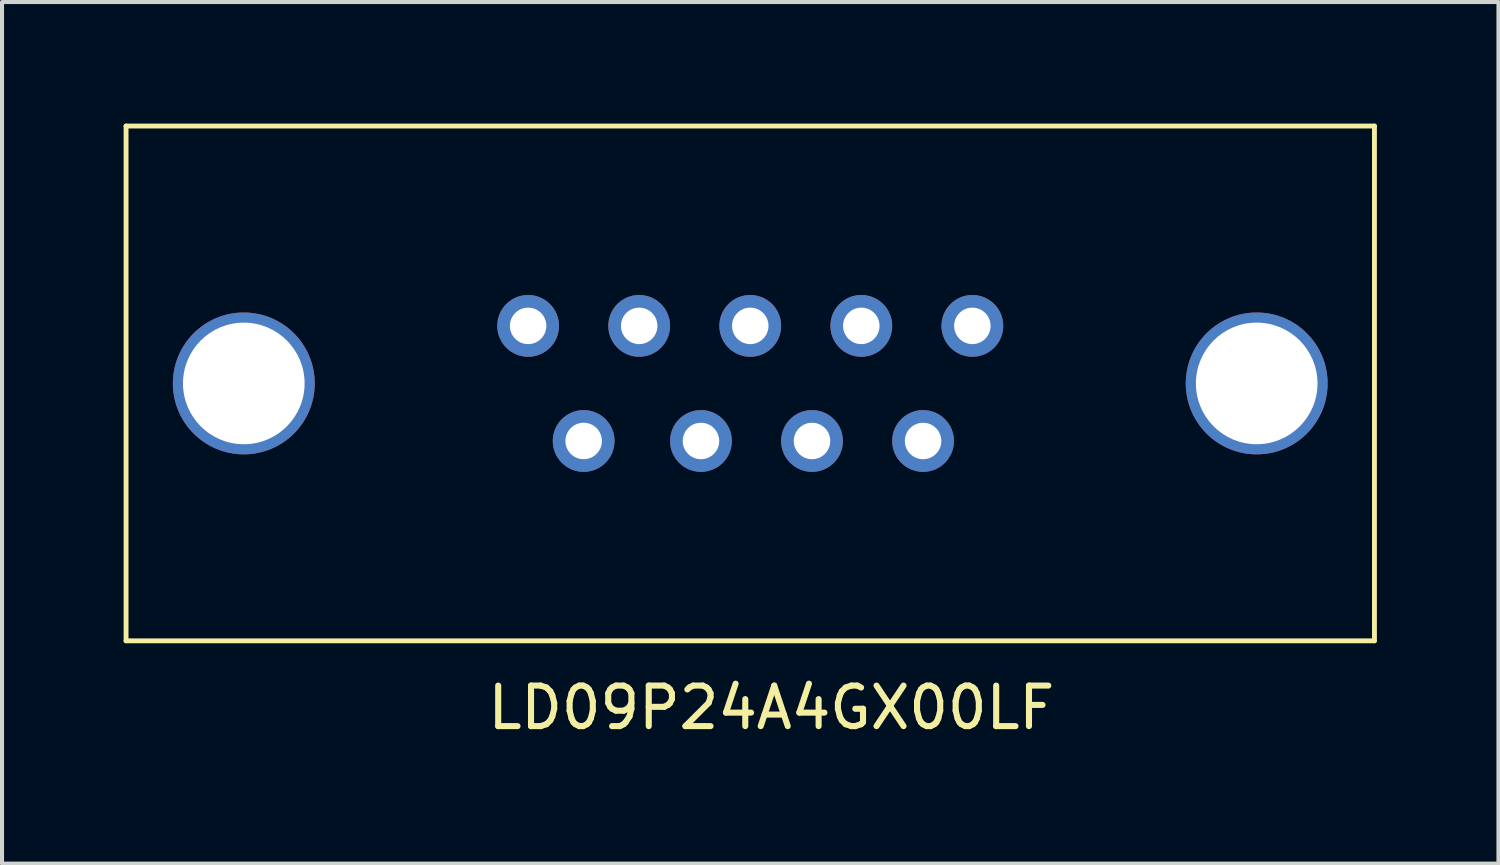
<source format=kicad_pcb>
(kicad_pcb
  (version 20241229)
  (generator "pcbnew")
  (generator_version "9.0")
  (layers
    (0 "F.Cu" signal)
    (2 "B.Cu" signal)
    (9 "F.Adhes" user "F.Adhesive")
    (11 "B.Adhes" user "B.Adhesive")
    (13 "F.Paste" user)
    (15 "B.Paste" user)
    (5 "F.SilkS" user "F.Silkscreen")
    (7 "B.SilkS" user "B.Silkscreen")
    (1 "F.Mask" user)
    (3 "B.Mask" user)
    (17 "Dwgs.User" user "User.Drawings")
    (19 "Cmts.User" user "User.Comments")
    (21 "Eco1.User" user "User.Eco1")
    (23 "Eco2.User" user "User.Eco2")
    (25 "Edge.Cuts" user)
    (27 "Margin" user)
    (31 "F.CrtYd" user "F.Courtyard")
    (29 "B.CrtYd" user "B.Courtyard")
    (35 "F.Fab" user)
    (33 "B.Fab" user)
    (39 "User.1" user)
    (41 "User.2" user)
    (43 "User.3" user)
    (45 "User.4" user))
  (footprint "LD09P24A4GX00LF"
    (layer "F.Cu")
    (at 9.98 6.41)
    (property "Reference" "LD09P24A4GX00LF" (at 6 8 0) (layer "F.SilkS") (effects (font (size 1 1) (thickness 0.15))))
    (attr through_hole)
    (fp_line (start -9.92 -6.35) (end -9.92 6.35) (stroke (width 0.12) (type solid)) (layer "F.SilkS"))
    (fp_line (start -9.92 -6.35) (end 20.88 -6.35) (stroke (width 0.12) (type solid)) (layer "F.SilkS"))
    (fp_line (start 20.88 6.35) (end -9.92 6.35) (stroke (width 0.12) (type solid)) (layer "F.SilkS"))
    (fp_line (start 20.88 6.35) (end 20.88 -6.35) (stroke (width 0.12) (type solid)) (layer "F.SilkS"))
    (pad "1" thru_hole circle (at 0 -1.42) (size 1.524 1.524) (drill 0.9) (layers "*.Cu" "*.Mask"))
    (pad "2" thru_hole circle (at 1.37 1.42) (size 1.524 1.524) (drill 0.9) (layers "*.Cu" "*.Mask"))
    (pad "3" thru_hole circle (at 2.74 -1.42) (size 1.524 1.524) (drill 0.9) (layers "*.Cu" "*.Mask"))
    (pad "4" thru_hole circle (at 4.264 1.42) (size 1.524 1.524) (drill 0.9) (layers "*.Cu" "*.Mask"))
    (pad "5" thru_hole circle (at 5.48 -1.42) (size 1.524 1.524) (drill 0.9) (layers "*.Cu" "*.Mask"))
    (pad "6" thru_hole circle (at 7.004 1.42) (size 1.524 1.524) (drill 0.9) (layers "*.Cu" "*.Mask"))
    (pad "7" thru_hole circle (at 8.22 -1.42) (size 1.524 1.524) (drill 0.9) (layers "*.Cu" "*.Mask"))
    (pad "8" thru_hole circle (at 9.744 1.42) (size 1.524 1.524) (drill 0.9) (layers "*.Cu" "*.Mask"))
    (pad "9" thru_hole circle (at 10.96 -1.42) (size 1.524 1.524) (drill 0.9) (layers "*.Cu" "*.Mask"))
    (pad "~" thru_hole circle (at -7.015 0) (size 3.5 3.5) (drill 3) (layers "*.Cu" "*.Mask"))
    (pad "~" thru_hole circle (at 17.975 0) (size 3.5 3.5) (drill 3) (layers "*.Cu" "*.Mask")))
  (gr_rect
    (start -3 -3)
    (end 33.92 18.258)
    (stroke (width 0.1) (type default))
    (fill no)
    (layer "Edge.Cuts")))
</source>
